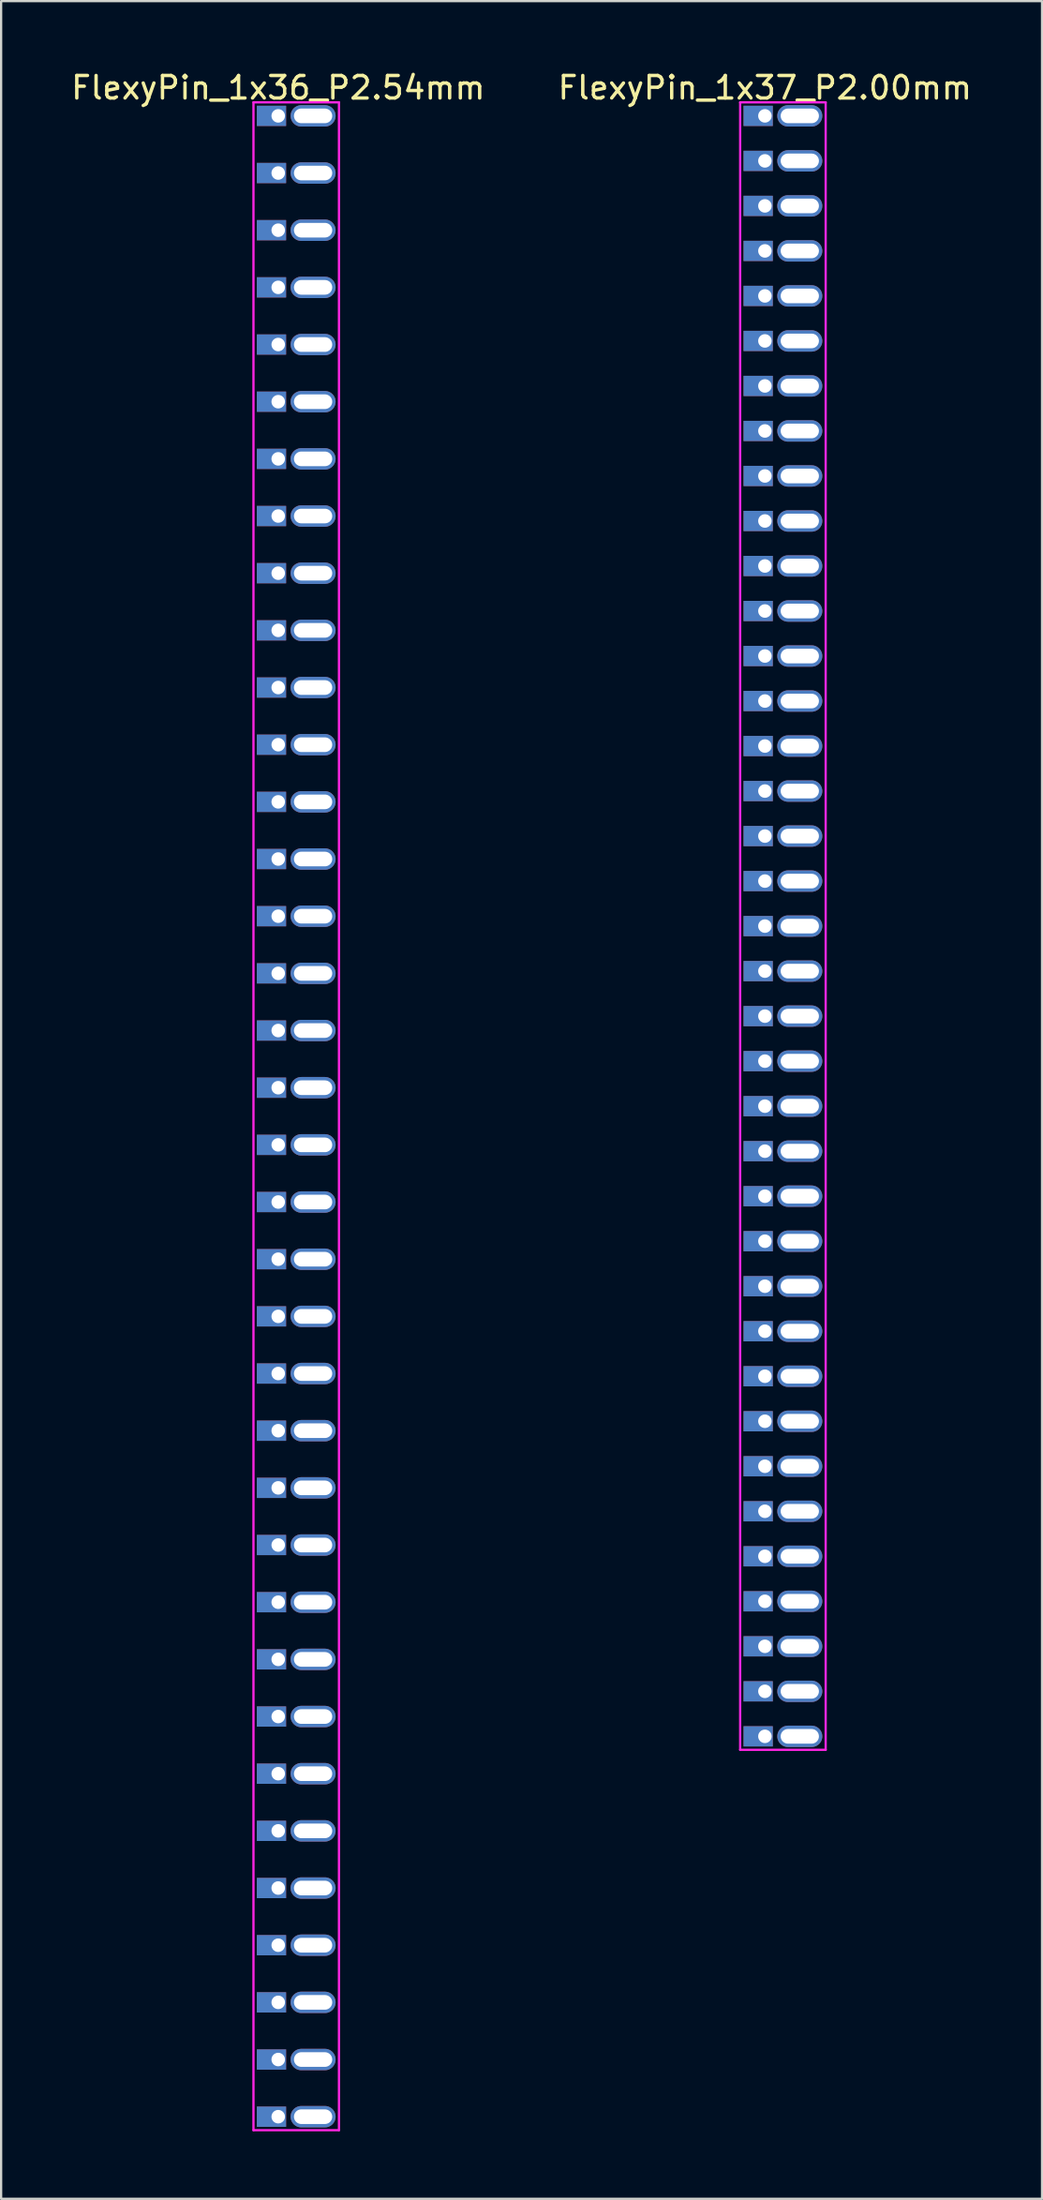
<source format=kicad_pcb>
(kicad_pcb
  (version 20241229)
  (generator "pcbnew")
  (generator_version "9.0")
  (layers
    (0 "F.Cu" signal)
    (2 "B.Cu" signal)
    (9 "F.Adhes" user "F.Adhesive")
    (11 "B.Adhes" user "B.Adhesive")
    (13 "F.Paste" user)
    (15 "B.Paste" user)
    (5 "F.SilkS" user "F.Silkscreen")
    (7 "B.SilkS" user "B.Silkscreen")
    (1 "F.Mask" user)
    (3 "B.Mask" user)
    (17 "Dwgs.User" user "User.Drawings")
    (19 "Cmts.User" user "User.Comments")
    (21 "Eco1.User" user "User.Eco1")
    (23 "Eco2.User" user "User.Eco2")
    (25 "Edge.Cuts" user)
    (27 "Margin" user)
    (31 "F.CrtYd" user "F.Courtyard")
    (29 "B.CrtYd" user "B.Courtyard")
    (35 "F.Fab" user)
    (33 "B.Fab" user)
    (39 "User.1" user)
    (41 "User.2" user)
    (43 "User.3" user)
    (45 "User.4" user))
  (footprint "FlexyPin_1x37_P2.00mm"
    (layer "F.Cu")
    (at 30.946 2.098)
    (property "Reference" "FlexyPin_1x37_P2.00mm" (at 0 -1.25 0) (layer "F.SilkS") (effects (font (size 1 1) (thickness 0.15))))
    (attr through_hole)
    (fp_line (start -1.1 -0.6) (end 2.7 -0.6) (stroke (width 0.1) (type solid)) (layer "F.CrtYd"))
    (fp_line (start -1.1 72.6) (end -1.1 -0.6) (stroke (width 0.1) (type solid)) (layer "F.CrtYd"))
    (fp_line (start 2.7 -0.6) (end 2.7 72.6) (stroke (width 0.1) (type solid)) (layer "F.CrtYd"))
    (fp_line (start 2.7 72.6) (end -1.1 72.6) (stroke (width 0.1) (type solid)) (layer "F.CrtYd"))
    (pad "" thru_hole oval (at 1.55 0) (size 2 0.95) (drill oval 1.7 0.65) (layers "*.Cu" "*.Mask"))
    (pad "" thru_hole oval (at 1.55 2) (size 2 0.95) (drill oval 1.7 0.65) (layers "*.Cu" "*.Mask"))
    (pad "" thru_hole oval (at 1.55 4) (size 2 0.95) (drill oval 1.7 0.65) (layers "*.Cu" "*.Mask"))
    (pad "" thru_hole oval (at 1.55 6) (size 2 0.95) (drill oval 1.7 0.65) (layers "*.Cu" "*.Mask"))
    (pad "" thru_hole oval (at 1.55 8) (size 2 0.95) (drill oval 1.7 0.65) (layers "*.Cu" "*.Mask"))
    (pad "" thru_hole oval (at 1.55 10) (size 2 0.95) (drill oval 1.7 0.65) (layers "*.Cu" "*.Mask"))
    (pad "" thru_hole oval (at 1.55 12) (size 2 0.95) (drill oval 1.7 0.65) (layers "*.Cu" "*.Mask"))
    (pad "" thru_hole oval (at 1.55 14) (size 2 0.95) (drill oval 1.7 0.65) (layers "*.Cu" "*.Mask"))
    (pad "" thru_hole oval (at 1.55 16) (size 2 0.95) (drill oval 1.7 0.65) (layers "*.Cu" "*.Mask"))
    (pad "" thru_hole oval (at 1.55 18) (size 2 0.95) (drill oval 1.7 0.65) (layers "*.Cu" "*.Mask"))
    (pad "" thru_hole oval (at 1.55 20) (size 2 0.95) (drill oval 1.7 0.65) (layers "*.Cu" "*.Mask"))
    (pad "" thru_hole oval (at 1.55 22) (size 2 0.95) (drill oval 1.7 0.65) (layers "*.Cu" "*.Mask"))
    (pad "" thru_hole oval (at 1.55 24) (size 2 0.95) (drill oval 1.7 0.65) (layers "*.Cu" "*.Mask"))
    (pad "" thru_hole oval (at 1.55 26) (size 2 0.95) (drill oval 1.7 0.65) (layers "*.Cu" "*.Mask"))
    (pad "" thru_hole oval (at 1.55 28) (size 2 0.95) (drill oval 1.7 0.65) (layers "*.Cu" "*.Mask"))
    (pad "" thru_hole oval (at 1.55 30) (size 2 0.95) (drill oval 1.7 0.65) (layers "*.Cu" "*.Mask"))
    (pad "" thru_hole oval (at 1.55 32) (size 2 0.95) (drill oval 1.7 0.65) (layers "*.Cu" "*.Mask"))
    (pad "" thru_hole oval (at 1.55 34) (size 2 0.95) (drill oval 1.7 0.65) (layers "*.Cu" "*.Mask"))
    (pad "" thru_hole oval (at 1.55 36) (size 2 0.95) (drill oval 1.7 0.65) (layers "*.Cu" "*.Mask"))
    (pad "" thru_hole oval (at 1.55 38) (size 2 0.95) (drill oval 1.7 0.65) (layers "*.Cu" "*.Mask"))
    (pad "" thru_hole oval (at 1.55 40) (size 2 0.95) (drill oval 1.7 0.65) (layers "*.Cu" "*.Mask"))
    (pad "" thru_hole oval (at 1.55 42) (size 2 0.95) (drill oval 1.7 0.65) (layers "*.Cu" "*.Mask"))
    (pad "" thru_hole oval (at 1.55 44) (size 2 0.95) (drill oval 1.7 0.65) (layers "*.Cu" "*.Mask"))
    (pad "" thru_hole oval (at 1.55 46) (size 2 0.95) (drill oval 1.7 0.65) (layers "*.Cu" "*.Mask"))
    (pad "" thru_hole oval (at 1.55 48) (size 2 0.95) (drill oval 1.7 0.65) (layers "*.Cu" "*.Mask"))
    (pad "" thru_hole oval (at 1.55 50) (size 2 0.95) (drill oval 1.7 0.65) (layers "*.Cu" "*.Mask"))
    (pad "" thru_hole oval (at 1.55 52) (size 2 0.95) (drill oval 1.7 0.65) (layers "*.Cu" "*.Mask"))
    (pad "" thru_hole oval (at 1.55 54) (size 2 0.95) (drill oval 1.7 0.65) (layers "*.Cu" "*.Mask"))
    (pad "" thru_hole oval (at 1.55 56) (size 2 0.95) (drill oval 1.7 0.65) (layers "*.Cu" "*.Mask"))
    (pad "" thru_hole oval (at 1.55 58) (size 2 0.95) (drill oval 1.7 0.65) (layers "*.Cu" "*.Mask"))
    (pad "" thru_hole oval (at 1.55 60) (size 2 0.95) (drill oval 1.7 0.65) (layers "*.Cu" "*.Mask"))
    (pad "" thru_hole oval (at 1.55 62) (size 2 0.95) (drill oval 1.7 0.65) (layers "*.Cu" "*.Mask"))
    (pad "" thru_hole oval (at 1.55 64) (size 2 0.95) (drill oval 1.7 0.65) (layers "*.Cu" "*.Mask"))
    (pad "" thru_hole oval (at 1.55 66) (size 2 0.95) (drill oval 1.7 0.65) (layers "*.Cu" "*.Mask"))
    (pad "" thru_hole oval (at 1.55 68) (size 2 0.95) (drill oval 1.7 0.65) (layers "*.Cu" "*.Mask"))
    (pad "" thru_hole oval (at 1.55 70) (size 2 0.95) (drill oval 1.7 0.65) (layers "*.Cu" "*.Mask"))
    (pad "" thru_hole oval (at 1.55 72) (size 2 0.95) (drill oval 1.7 0.65) (layers "*.Cu" "*.Mask"))
    (pad "1" thru_hole rect (at 0 0) (size 1.3 0.9) (drill 0.6 (offset -0.3 0)) (layers "*.Cu" "*.Mask"))
    (pad "2" thru_hole rect (at 0 2) (size 1.3 0.9) (drill 0.6 (offset -0.3 0)) (layers "*.Cu" "*.Mask"))
    (pad "3" thru_hole rect (at 0 4) (size 1.3 0.9) (drill 0.6 (offset -0.3 0)) (layers "*.Cu" "*.Mask"))
    (pad "4" thru_hole rect (at 0 6) (size 1.3 0.9) (drill 0.6 (offset -0.3 0)) (layers "*.Cu" "*.Mask"))
    (pad "5" thru_hole rect (at 0 8) (size 1.3 0.9) (drill 0.6 (offset -0.3 0)) (layers "*.Cu" "*.Mask"))
    (pad "6" thru_hole rect (at 0 10) (size 1.3 0.9) (drill 0.6 (offset -0.3 0)) (layers "*.Cu" "*.Mask"))
    (pad "7" thru_hole rect (at 0 12) (size 1.3 0.9) (drill 0.6 (offset -0.3 0)) (layers "*.Cu" "*.Mask"))
    (pad "8" thru_hole rect (at 0 14) (size 1.3 0.9) (drill 0.6 (offset -0.3 0)) (layers "*.Cu" "*.Mask"))
    (pad "9" thru_hole rect (at 0 16) (size 1.3 0.9) (drill 0.6 (offset -0.3 0)) (layers "*.Cu" "*.Mask"))
    (pad "10" thru_hole rect (at 0 18) (size 1.3 0.9) (drill 0.6 (offset -0.3 0)) (layers "*.Cu" "*.Mask"))
    (pad "11" thru_hole rect (at 0 20) (size 1.3 0.9) (drill 0.6 (offset -0.3 0)) (layers "*.Cu" "*.Mask"))
    (pad "12" thru_hole rect (at 0 22) (size 1.3 0.9) (drill 0.6 (offset -0.3 0)) (layers "*.Cu" "*.Mask"))
    (pad "13" thru_hole rect (at 0 24) (size 1.3 0.9) (drill 0.6 (offset -0.3 0)) (layers "*.Cu" "*.Mask"))
    (pad "14" thru_hole rect (at 0 26) (size 1.3 0.9) (drill 0.6 (offset -0.3 0)) (layers "*.Cu" "*.Mask"))
    (pad "15" thru_hole rect (at 0 28) (size 1.3 0.9) (drill 0.6 (offset -0.3 0)) (layers "*.Cu" "*.Mask"))
    (pad "16" thru_hole rect (at 0 30) (size 1.3 0.9) (drill 0.6 (offset -0.3 0)) (layers "*.Cu" "*.Mask"))
    (pad "17" thru_hole rect (at 0 32) (size 1.3 0.9) (drill 0.6 (offset -0.3 0)) (layers "*.Cu" "*.Mask"))
    (pad "18" thru_hole rect (at 0 34) (size 1.3 0.9) (drill 0.6 (offset -0.3 0)) (layers "*.Cu" "*.Mask"))
    (pad "19" thru_hole rect (at 0 36) (size 1.3 0.9) (drill 0.6 (offset -0.3 0)) (layers "*.Cu" "*.Mask"))
    (pad "20" thru_hole rect (at 0 38) (size 1.3 0.9) (drill 0.6 (offset -0.3 0)) (layers "*.Cu" "*.Mask"))
    (pad "21" thru_hole rect (at 0 40) (size 1.3 0.9) (drill 0.6 (offset -0.3 0)) (layers "*.Cu" "*.Mask"))
    (pad "22" thru_hole rect (at 0 42) (size 1.3 0.9) (drill 0.6 (offset -0.3 0)) (layers "*.Cu" "*.Mask"))
    (pad "23" thru_hole rect (at 0 44) (size 1.3 0.9) (drill 0.6 (offset -0.3 0)) (layers "*.Cu" "*.Mask"))
    (pad "24" thru_hole rect (at 0 46) (size 1.3 0.9) (drill 0.6 (offset -0.3 0)) (layers "*.Cu" "*.Mask"))
    (pad "25" thru_hole rect (at 0 48) (size 1.3 0.9) (drill 0.6 (offset -0.3 0)) (layers "*.Cu" "*.Mask"))
    (pad "26" thru_hole rect (at 0 50) (size 1.3 0.9) (drill 0.6 (offset -0.3 0)) (layers "*.Cu" "*.Mask"))
    (pad "27" thru_hole rect (at 0 52) (size 1.3 0.9) (drill 0.6 (offset -0.3 0)) (layers "*.Cu" "*.Mask"))
    (pad "28" thru_hole rect (at 0 54) (size 1.3 0.9) (drill 0.6 (offset -0.3 0)) (layers "*.Cu" "*.Mask"))
    (pad "29" thru_hole rect (at 0 56) (size 1.3 0.9) (drill 0.6 (offset -0.3 0)) (layers "*.Cu" "*.Mask"))
    (pad "30" thru_hole rect (at 0 58) (size 1.3 0.9) (drill 0.6 (offset -0.3 0)) (layers "*.Cu" "*.Mask"))
    (pad "31" thru_hole rect (at 0 60) (size 1.3 0.9) (drill 0.6 (offset -0.3 0)) (layers "*.Cu" "*.Mask"))
    (pad "32" thru_hole rect (at 0 62) (size 1.3 0.9) (drill 0.6 (offset -0.3 0)) (layers "*.Cu" "*.Mask"))
    (pad "33" thru_hole rect (at 0 64) (size 1.3 0.9) (drill 0.6 (offset -0.3 0)) (layers "*.Cu" "*.Mask"))
    (pad "34" thru_hole rect (at 0 66) (size 1.3 0.9) (drill 0.6 (offset -0.3 0)) (layers "*.Cu" "*.Mask"))
    (pad "35" thru_hole rect (at 0 68) (size 1.3 0.9) (drill 0.6 (offset -0.3 0)) (layers "*.Cu" "*.Mask"))
    (pad "36" thru_hole rect (at 0 70) (size 1.3 0.9) (drill 0.6 (offset -0.3 0)) (layers "*.Cu" "*.Mask"))
    (pad "37" thru_hole rect (at 0 72) (size 1.3 0.9) (drill 0.6 (offset -0.3 0)) (layers "*.Cu" "*.Mask")))
  (footprint "FlexyPin_1x36_P2.54mm"
    (layer "F.Cu")
    (at 9.315 2.098)
    (property "Reference" "FlexyPin_1x36_P2.54mm" (at 0 -1.25 0) (layer "F.SilkS") (effects (font (size 1 1) (thickness 0.15))))
    (attr through_hole)
    (fp_line (start -1.1 -0.6) (end 2.7 -0.6) (stroke (width 0.1) (type solid)) (layer "F.CrtYd"))
    (fp_line (start -1.1 89.5) (end -1.1 -0.6) (stroke (width 0.1) (type solid)) (layer "F.CrtYd"))
    (fp_line (start 2.7 -0.6) (end 2.7 89.5) (stroke (width 0.1) (type solid)) (layer "F.CrtYd"))
    (fp_line (start 2.7 89.5) (end -1.1 89.5) (stroke (width 0.1) (type solid)) (layer "F.CrtYd"))
    (pad "" thru_hole oval (at 1.55 0) (size 2 0.95) (drill oval 1.7 0.65) (layers "*.Cu" "*.Mask"))
    (pad "" thru_hole oval (at 1.55 2.54) (size 2 0.95) (drill oval 1.7 0.65) (layers "*.Cu" "*.Mask"))
    (pad "" thru_hole oval (at 1.55 5.08) (size 2 0.95) (drill oval 1.7 0.65) (layers "*.Cu" "*.Mask"))
    (pad "" thru_hole oval (at 1.55 7.62) (size 2 0.95) (drill oval 1.7 0.65) (layers "*.Cu" "*.Mask"))
    (pad "" thru_hole oval (at 1.55 10.16) (size 2 0.95) (drill oval 1.7 0.65) (layers "*.Cu" "*.Mask"))
    (pad "" thru_hole oval (at 1.55 12.7) (size 2 0.95) (drill oval 1.7 0.65) (layers "*.Cu" "*.Mask"))
    (pad "" thru_hole oval (at 1.55 15.24) (size 2 0.95) (drill oval 1.7 0.65) (layers "*.Cu" "*.Mask"))
    (pad "" thru_hole oval (at 1.55 17.78) (size 2 0.95) (drill oval 1.7 0.65) (layers "*.Cu" "*.Mask"))
    (pad "" thru_hole oval (at 1.55 20.32) (size 2 0.95) (drill oval 1.7 0.65) (layers "*.Cu" "*.Mask"))
    (pad "" thru_hole oval (at 1.55 22.86) (size 2 0.95) (drill oval 1.7 0.65) (layers "*.Cu" "*.Mask"))
    (pad "" thru_hole oval (at 1.55 25.4) (size 2 0.95) (drill oval 1.7 0.65) (layers "*.Cu" "*.Mask"))
    (pad "" thru_hole oval (at 1.55 27.94) (size 2 0.95) (drill oval 1.7 0.65) (layers "*.Cu" "*.Mask"))
    (pad "" thru_hole oval (at 1.55 30.48) (size 2 0.95) (drill oval 1.7 0.65) (layers "*.Cu" "*.Mask"))
    (pad "" thru_hole oval (at 1.55 33.02) (size 2 0.95) (drill oval 1.7 0.65) (layers "*.Cu" "*.Mask"))
    (pad "" thru_hole oval (at 1.55 35.56) (size 2 0.95) (drill oval 1.7 0.65) (layers "*.Cu" "*.Mask"))
    (pad "" thru_hole oval (at 1.55 38.1) (size 2 0.95) (drill oval 1.7 0.65) (layers "*.Cu" "*.Mask"))
    (pad "" thru_hole oval (at 1.55 40.64) (size 2 0.95) (drill oval 1.7 0.65) (layers "*.Cu" "*.Mask"))
    (pad "" thru_hole oval (at 1.55 43.18) (size 2 0.95) (drill oval 1.7 0.65) (layers "*.Cu" "*.Mask"))
    (pad "" thru_hole oval (at 1.55 45.72) (size 2 0.95) (drill oval 1.7 0.65) (layers "*.Cu" "*.Mask"))
    (pad "" thru_hole oval (at 1.55 48.26) (size 2 0.95) (drill oval 1.7 0.65) (layers "*.Cu" "*.Mask"))
    (pad "" thru_hole oval (at 1.55 50.8) (size 2 0.95) (drill oval 1.7 0.65) (layers "*.Cu" "*.Mask"))
    (pad "" thru_hole oval (at 1.55 53.34) (size 2 0.95) (drill oval 1.7 0.65) (layers "*.Cu" "*.Mask"))
    (pad "" thru_hole oval (at 1.55 55.88) (size 2 0.95) (drill oval 1.7 0.65) (layers "*.Cu" "*.Mask"))
    (pad "" thru_hole oval (at 1.55 58.42) (size 2 0.95) (drill oval 1.7 0.65) (layers "*.Cu" "*.Mask"))
    (pad "" thru_hole oval (at 1.55 60.96) (size 2 0.95) (drill oval 1.7 0.65) (layers "*.Cu" "*.Mask"))
    (pad "" thru_hole oval (at 1.55 63.5) (size 2 0.95) (drill oval 1.7 0.65) (layers "*.Cu" "*.Mask"))
    (pad "" thru_hole oval (at 1.55 66.04) (size 2 0.95) (drill oval 1.7 0.65) (layers "*.Cu" "*.Mask"))
    (pad "" thru_hole oval (at 1.55 68.58) (size 2 0.95) (drill oval 1.7 0.65) (layers "*.Cu" "*.Mask"))
    (pad "" thru_hole oval (at 1.55 71.12) (size 2 0.95) (drill oval 1.7 0.65) (layers "*.Cu" "*.Mask"))
    (pad "" thru_hole oval (at 1.55 73.66) (size 2 0.95) (drill oval 1.7 0.65) (layers "*.Cu" "*.Mask"))
    (pad "" thru_hole oval (at 1.55 76.2) (size 2 0.95) (drill oval 1.7 0.65) (layers "*.Cu" "*.Mask"))
    (pad "" thru_hole oval (at 1.55 78.74) (size 2 0.95) (drill oval 1.7 0.65) (layers "*.Cu" "*.Mask"))
    (pad "" thru_hole oval (at 1.55 81.28) (size 2 0.95) (drill oval 1.7 0.65) (layers "*.Cu" "*.Mask"))
    (pad "" thru_hole oval (at 1.55 83.82) (size 2 0.95) (drill oval 1.7 0.65) (layers "*.Cu" "*.Mask"))
    (pad "" thru_hole oval (at 1.55 86.36) (size 2 0.95) (drill oval 1.7 0.65) (layers "*.Cu" "*.Mask"))
    (pad "" thru_hole oval (at 1.55 88.9) (size 2 0.95) (drill oval 1.7 0.65) (layers "*.Cu" "*.Mask"))
    (pad "1" thru_hole rect (at 0 0) (size 1.3 0.9) (drill 0.6 (offset -0.3 0)) (layers "*.Cu" "*.Mask"))
    (pad "2" thru_hole rect (at 0 2.54) (size 1.3 0.9) (drill 0.6 (offset -0.3 0)) (layers "*.Cu" "*.Mask"))
    (pad "3" thru_hole rect (at 0 5.08) (size 1.3 0.9) (drill 0.6 (offset -0.3 0)) (layers "*.Cu" "*.Mask"))
    (pad "4" thru_hole rect (at 0 7.62) (size 1.3 0.9) (drill 0.6 (offset -0.3 0)) (layers "*.Cu" "*.Mask"))
    (pad "5" thru_hole rect (at 0 10.16) (size 1.3 0.9) (drill 0.6 (offset -0.3 0)) (layers "*.Cu" "*.Mask"))
    (pad "6" thru_hole rect (at 0 12.7) (size 1.3 0.9) (drill 0.6 (offset -0.3 0)) (layers "*.Cu" "*.Mask"))
    (pad "7" thru_hole rect (at 0 15.24) (size 1.3 0.9) (drill 0.6 (offset -0.3 0)) (layers "*.Cu" "*.Mask"))
    (pad "8" thru_hole rect (at 0 17.78) (size 1.3 0.9) (drill 0.6 (offset -0.3 0)) (layers "*.Cu" "*.Mask"))
    (pad "9" thru_hole rect (at 0 20.32) (size 1.3 0.9) (drill 0.6 (offset -0.3 0)) (layers "*.Cu" "*.Mask"))
    (pad "10" thru_hole rect (at 0 22.86) (size 1.3 0.9) (drill 0.6 (offset -0.3 0)) (layers "*.Cu" "*.Mask"))
    (pad "11" thru_hole rect (at 0 25.4) (size 1.3 0.9) (drill 0.6 (offset -0.3 0)) (layers "*.Cu" "*.Mask"))
    (pad "12" thru_hole rect (at 0 27.94) (size 1.3 0.9) (drill 0.6 (offset -0.3 0)) (layers "*.Cu" "*.Mask"))
    (pad "13" thru_hole rect (at 0 30.48) (size 1.3 0.9) (drill 0.6 (offset -0.3 0)) (layers "*.Cu" "*.Mask"))
    (pad "14" thru_hole rect (at 0 33.02) (size 1.3 0.9) (drill 0.6 (offset -0.3 0)) (layers "*.Cu" "*.Mask"))
    (pad "15" thru_hole rect (at 0 35.56) (size 1.3 0.9) (drill 0.6 (offset -0.3 0)) (layers "*.Cu" "*.Mask"))
    (pad "16" thru_hole rect (at 0 38.1) (size 1.3 0.9) (drill 0.6 (offset -0.3 0)) (layers "*.Cu" "*.Mask"))
    (pad "17" thru_hole rect (at 0 40.64) (size 1.3 0.9) (drill 0.6 (offset -0.3 0)) (layers "*.Cu" "*.Mask"))
    (pad "18" thru_hole rect (at 0 43.18) (size 1.3 0.9) (drill 0.6 (offset -0.3 0)) (layers "*.Cu" "*.Mask"))
    (pad "19" thru_hole rect (at 0 45.72) (size 1.3 0.9) (drill 0.6 (offset -0.3 0)) (layers "*.Cu" "*.Mask"))
    (pad "20" thru_hole rect (at 0 48.26) (size 1.3 0.9) (drill 0.6 (offset -0.3 0)) (layers "*.Cu" "*.Mask"))
    (pad "21" thru_hole rect (at 0 50.8) (size 1.3 0.9) (drill 0.6 (offset -0.3 0)) (layers "*.Cu" "*.Mask"))
    (pad "22" thru_hole rect (at 0 53.34) (size 1.3 0.9) (drill 0.6 (offset -0.3 0)) (layers "*.Cu" "*.Mask"))
    (pad "23" thru_hole rect (at 0 55.88) (size 1.3 0.9) (drill 0.6 (offset -0.3 0)) (layers "*.Cu" "*.Mask"))
    (pad "24" thru_hole rect (at 0 58.42) (size 1.3 0.9) (drill 0.6 (offset -0.3 0)) (layers "*.Cu" "*.Mask"))
    (pad "25" thru_hole rect (at 0 60.96) (size 1.3 0.9) (drill 0.6 (offset -0.3 0)) (layers "*.Cu" "*.Mask"))
    (pad "26" thru_hole rect (at 0 63.5) (size 1.3 0.9) (drill 0.6 (offset -0.3 0)) (layers "*.Cu" "*.Mask"))
    (pad "27" thru_hole rect (at 0 66.04) (size 1.3 0.9) (drill 0.6 (offset -0.3 0)) (layers "*.Cu" "*.Mask"))
    (pad "28" thru_hole rect (at 0 68.58) (size 1.3 0.9) (drill 0.6 (offset -0.3 0)) (layers "*.Cu" "*.Mask"))
    (pad "29" thru_hole rect (at 0 71.12) (size 1.3 0.9) (drill 0.6 (offset -0.3 0)) (layers "*.Cu" "*.Mask"))
    (pad "30" thru_hole rect (at 0 73.66) (size 1.3 0.9) (drill 0.6 (offset -0.3 0)) (layers "*.Cu" "*.Mask"))
    (pad "31" thru_hole rect (at 0 76.2) (size 1.3 0.9) (drill 0.6 (offset -0.3 0)) (layers "*.Cu" "*.Mask"))
    (pad "32" thru_hole rect (at 0 78.74) (size 1.3 0.9) (drill 0.6 (offset -0.3 0)) (layers "*.Cu" "*.Mask"))
    (pad "33" thru_hole rect (at 0 81.28) (size 1.3 0.9) (drill 0.6 (offset -0.3 0)) (layers "*.Cu" "*.Mask"))
    (pad "34" thru_hole rect (at 0 83.82) (size 1.3 0.9) (drill 0.6 (offset -0.3 0)) (layers "*.Cu" "*.Mask"))
    (pad "35" thru_hole rect (at 0 86.36) (size 1.3 0.9) (drill 0.6 (offset -0.3 0)) (layers "*.Cu" "*.Mask"))
    (pad "36" thru_hole rect (at 0 88.9) (size 1.3 0.9) (drill 0.6 (offset -0.3 0)) (layers "*.Cu" "*.Mask")))
  (gr_rect
    (start -3 -3)
    (end 43.262 94.648)
    (stroke (width 0.1) (type default))
    (fill no)
    (layer "Edge.Cuts")))
</source>
